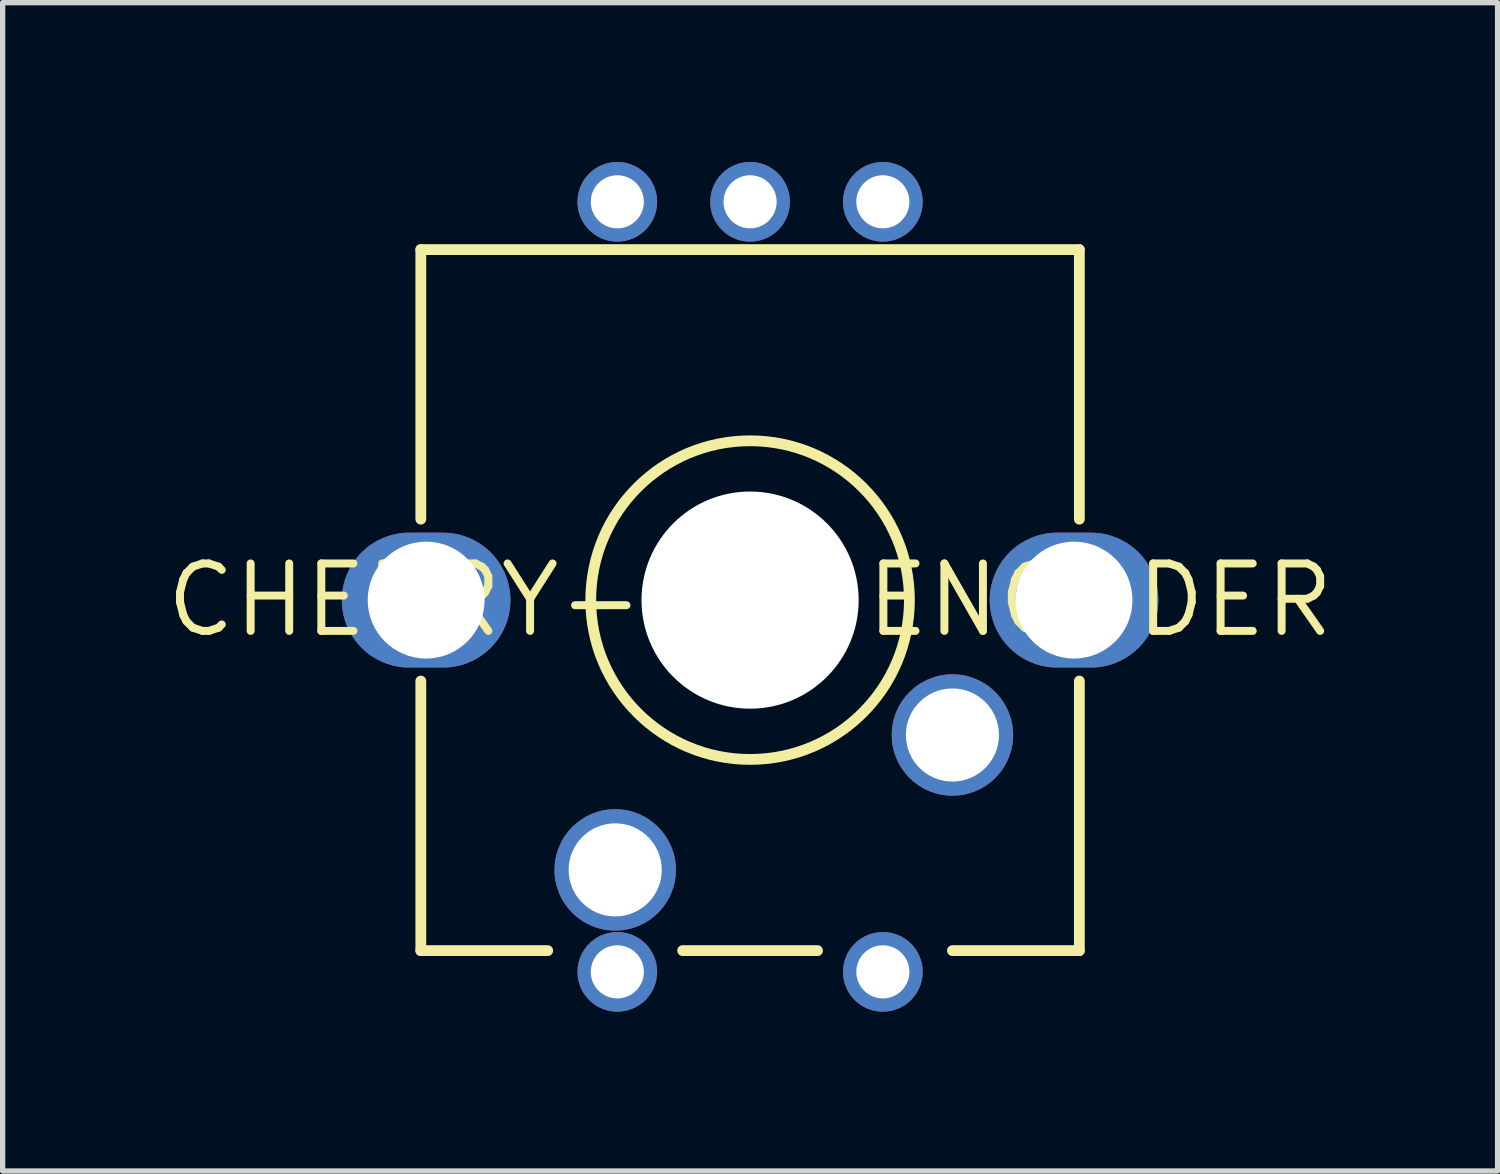
<source format=kicad_pcb>
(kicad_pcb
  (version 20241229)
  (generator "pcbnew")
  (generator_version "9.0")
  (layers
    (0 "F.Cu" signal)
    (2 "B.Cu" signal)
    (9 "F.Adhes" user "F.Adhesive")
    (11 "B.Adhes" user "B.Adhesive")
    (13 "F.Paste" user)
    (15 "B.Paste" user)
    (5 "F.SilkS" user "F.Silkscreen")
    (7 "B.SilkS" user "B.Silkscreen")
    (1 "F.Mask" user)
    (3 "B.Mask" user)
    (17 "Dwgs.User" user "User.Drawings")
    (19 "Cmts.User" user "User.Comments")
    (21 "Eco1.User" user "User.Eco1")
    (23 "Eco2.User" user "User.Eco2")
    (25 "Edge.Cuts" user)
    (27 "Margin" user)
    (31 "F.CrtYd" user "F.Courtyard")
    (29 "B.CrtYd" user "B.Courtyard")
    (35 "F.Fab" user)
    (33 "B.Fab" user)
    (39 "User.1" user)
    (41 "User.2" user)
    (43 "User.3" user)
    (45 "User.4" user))
  (footprint "CHERRY-MX-ENCODER"
    (layer "F.Cu")
    (at 11.074 8.25)
    (property "Reference" "CHERRY-MX-ENCODER" (at 0 0 0) (layer "F.SilkS") (effects (font (size 1.27 1.27) (thickness 0.15))))
    (fp_line (start -6.2 -6.6) (end -6.2 -1.524) (stroke (width 0.203) (type solid)) (layer "F.SilkS"))
    (fp_line (start -6.2 1.524) (end -6.2 6.6) (stroke (width 0.203) (type solid)) (layer "F.SilkS"))
    (fp_line (start -6.2 6.6) (end -3.81 6.6) (stroke (width 0.203) (type solid)) (layer "F.SilkS"))
    (fp_line (start -1.27 6.6) (end 1.27 6.6) (stroke (width 0.203) (type solid)) (layer "F.SilkS"))
    (fp_line (start 3.81 6.6) (end 6.2 6.6) (stroke (width 0.203) (type solid)) (layer "F.SilkS"))
    (fp_line (start 6.2 -6.6) (end -6.2 -6.6) (stroke (width 0.203) (type solid)) (layer "F.SilkS"))
    (fp_line (start 6.2 -6.6) (end 6.2 -1.524) (stroke (width 0.203) (type solid)) (layer "F.SilkS"))
    (fp_line (start 6.2 1.524) (end 6.2 6.6) (stroke (width 0.203) (type solid)) (layer "F.SilkS"))
    (fp_circle (center 0 0) (end 3 0) (stroke (width 0.203) (type solid)) (fill no) (layer "F.SilkS"))
    (pad "" np_thru_hole circle (at 0 0) (size 4.089 4.089) (drill 4.089) (layers "*.Cu" "*.Mask"))
    (pad "A" thru_hole circle (at 2.5 -7.5 180) (size 1.5 1.5) (drill 1) (layers "*.Cu" "*.Mask"))
    (pad "B" thru_hole circle (at -2.5 -7.5 180) (size 1.5 1.5) (drill 1) (layers "*.Cu" "*.Mask"))
    (pad "C" thru_hole circle (at 0 -7.5 180) (size 1.5 1.5) (drill 1) (layers "*.Cu" "*.Mask"))
    (pad "CASE1" thru_hole oval (at -6.1 0) (size 3.175 2.54) (drill 2.2) (layers "*.Cu" "*.Mask"))
    (pad "CASE2" thru_hole oval (at 6.1 0) (size 3.175 2.54) (drill 2.2) (layers "*.Cu" "*.Mask"))
    (pad "D" thru_hole circle (at 2.5 7 180) (size 1.5 1.5) (drill 1) (layers "*.Cu" "*.Mask"))
    (pad "E" thru_hole circle (at -2.5 7 180) (size 1.5 1.5) (drill 1) (layers "*.Cu" "*.Mask"))
    (pad "S1" thru_hole circle (at 3.81 2.54 180) (size 2.286 2.286) (drill 1.753) (layers "*.Cu" "*.Mask"))
    (pad "S2" thru_hole circle (at -2.54 5.08 180) (size 2.286 2.286) (drill 1.753) (layers "*.Cu" "*.Mask")))
  (gr_rect
    (start -3 -3)
    (end 25.149 19)
    (stroke (width 0.1) (type default))
    (fill no)
    (layer "Edge.Cuts")))
</source>
